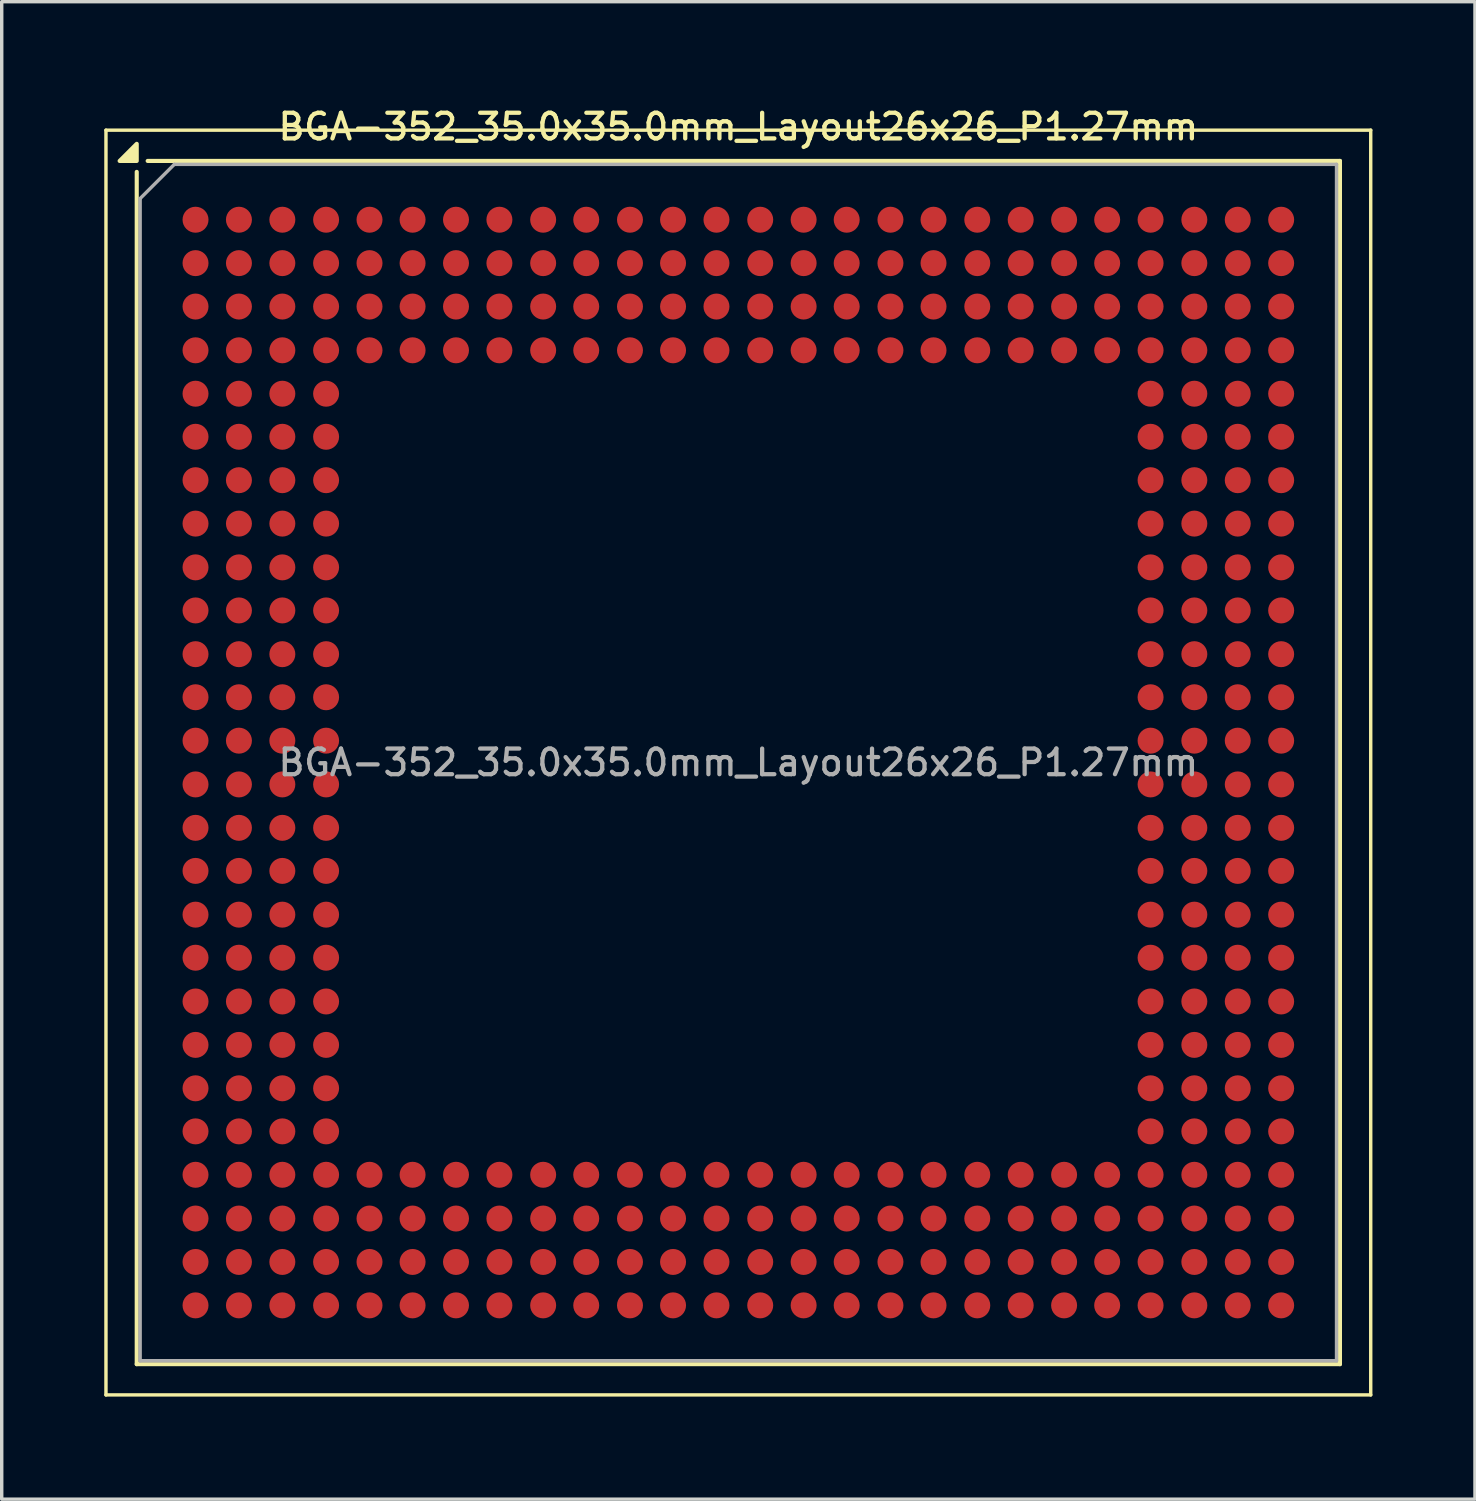
<source format=kicad_pcb>
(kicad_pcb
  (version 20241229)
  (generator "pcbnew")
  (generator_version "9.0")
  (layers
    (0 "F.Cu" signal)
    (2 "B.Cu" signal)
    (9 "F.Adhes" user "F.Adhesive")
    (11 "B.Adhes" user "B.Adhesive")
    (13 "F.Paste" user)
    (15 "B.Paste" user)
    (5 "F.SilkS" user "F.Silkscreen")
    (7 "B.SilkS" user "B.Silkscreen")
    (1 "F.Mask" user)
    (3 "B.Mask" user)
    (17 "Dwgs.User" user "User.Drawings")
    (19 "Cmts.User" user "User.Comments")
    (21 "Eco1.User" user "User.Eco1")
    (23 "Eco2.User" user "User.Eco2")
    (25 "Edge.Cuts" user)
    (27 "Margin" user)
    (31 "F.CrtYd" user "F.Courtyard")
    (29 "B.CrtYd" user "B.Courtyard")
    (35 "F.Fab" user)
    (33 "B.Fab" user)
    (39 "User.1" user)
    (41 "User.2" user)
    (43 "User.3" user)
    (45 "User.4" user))
  (footprint "BGA-352_35.0x35.0mm_Layout26x26_P1.27mm"
    (layer "F.Cu")
    (at 18.55 19.258)
    (property "Reference" "BGA-352_35.0x35.0mm_Layout26x26_P1.27mm" (at 0 -18.6 0) (layer "F.SilkS") (effects (font (size 0.75 0.75) (thickness 0.125))))
    (attr smd)
    (fp_line (start -18.5 -18.5) (end -18.5 18.5) (stroke (width 0.1) (type solid)) (layer "F.SilkS"))
    (fp_line (start -18.5 -18.5) (end 18.5 -18.5) (stroke (width 0.1) (type solid)) (layer "F.SilkS"))
    (fp_line (start -17.6 17.6) (end -17.6 -17.28) (stroke (width 0.12) (type solid)) (layer "F.SilkS"))
    (fp_line (start -17.28 -17.6) (end 17.6 -17.6) (stroke (width 0.12) (type solid)) (layer "F.SilkS"))
    (fp_line (start 17.6 -17.6) (end 17.6 17.6) (stroke (width 0.12) (type solid)) (layer "F.SilkS"))
    (fp_line (start 17.6 17.6) (end -17.6 17.6) (stroke (width 0.12) (type solid)) (layer "F.SilkS"))
    (fp_line (start 18.5 18.5) (end -18.5 18.5) (stroke (width 0.1) (type solid)) (layer "F.SilkS"))
    (fp_line (start 18.5 18.5) (end 18.5 -18.5) (stroke (width 0.1) (type solid)) (layer "F.SilkS"))
    (fp_poly (pts (xy -17.6 -17.6) (xy -18.1 -17.6) (xy -17.6 -18.1) (xy -17.6 -17.6)) (stroke (width 0.12) (type solid)) (fill yes) (layer "F.SilkS"))
    (fp_line (start -17.5 -16.5) (end -17.5 17.5) (stroke (width 0.1) (type solid)) (layer "F.Fab"))
    (fp_line (start -17.5 17.5) (end 17.5 17.5) (stroke (width 0.1) (type solid)) (layer "F.Fab"))
    (fp_line (start -16.5 -17.5) (end -17.5 -16.5) (stroke (width 0.1) (type solid)) (layer "F.Fab"))
    (fp_line (start 17.5 -17.5) (end -16.5 -17.5) (stroke (width 0.1) (type solid)) (layer "F.Fab"))
    (fp_line (start 17.5 17.5) (end 17.5 -17.5) (stroke (width 0.1) (type solid)) (layer "F.Fab"))
    (fp_text user "${REFERENCE}" (at 0 0 0) (layer "F.Fab") (effects (font (size 0.75 0.75) (thickness 0.125))))
    (pad "A1" smd circle (at -15.88 -15.88) (size 0.76 0.76) (property pad_prop_bga) (layers "F.Cu" "F.Mask" "F.Paste"))
    (pad "A2" smd circle (at -14.61 -15.88) (size 0.76 0.76) (property pad_prop_bga) (layers "F.Cu" "F.Mask" "F.Paste"))
    (pad "A3" smd circle (at -13.34 -15.88) (size 0.76 0.76) (property pad_prop_bga) (layers "F.Cu" "F.Mask" "F.Paste"))
    (pad "A4" smd circle (at -12.06 -15.88) (size 0.76 0.76) (property pad_prop_bga) (layers "F.Cu" "F.Mask" "F.Paste"))
    (pad "A5" smd circle (at -10.79 -15.88) (size 0.76 0.76) (property pad_prop_bga) (layers "F.Cu" "F.Mask" "F.Paste"))
    (pad "A6" smd circle (at -9.53 -15.88) (size 0.76 0.76) (property pad_prop_bga) (layers "F.Cu" "F.Mask" "F.Paste"))
    (pad "A7" smd circle (at -8.26 -15.88) (size 0.76 0.76) (property pad_prop_bga) (layers "F.Cu" "F.Mask" "F.Paste"))
    (pad "A8" smd circle (at -6.99 -15.88) (size 0.76 0.76) (property pad_prop_bga) (layers "F.Cu" "F.Mask" "F.Paste"))
    (pad "A9" smd circle (at -5.71 -15.88) (size 0.76 0.76) (property pad_prop_bga) (layers "F.Cu" "F.Mask" "F.Paste"))
    (pad "A10" smd circle (at -4.45 -15.88) (size 0.76 0.76) (property pad_prop_bga) (layers "F.Cu" "F.Mask" "F.Paste"))
    (pad "A11" smd circle (at -3.17 -15.88) (size 0.76 0.76) (property pad_prop_bga) (layers "F.Cu" "F.Mask" "F.Paste"))
    (pad "A12" smd circle (at -1.91 -15.88) (size 0.76 0.76) (property pad_prop_bga) (layers "F.Cu" "F.Mask" "F.Paste"))
    (pad "A13" smd circle (at -0.64 -15.88) (size 0.76 0.76) (property pad_prop_bga) (layers "F.Cu" "F.Mask" "F.Paste"))
    (pad "A14" smd circle (at 0.64 -15.88) (size 0.76 0.76) (property pad_prop_bga) (layers "F.Cu" "F.Mask" "F.Paste"))
    (pad "A15" smd circle (at 1.91 -15.88) (size 0.76 0.76) (property pad_prop_bga) (layers "F.Cu" "F.Mask" "F.Paste"))
    (pad "A16" smd circle (at 3.17 -15.88) (size 0.76 0.76) (property pad_prop_bga) (layers "F.Cu" "F.Mask" "F.Paste"))
    (pad "A17" smd circle (at 4.45 -15.88) (size 0.76 0.76) (property pad_prop_bga) (layers "F.Cu" "F.Mask" "F.Paste"))
    (pad "A18" smd circle (at 5.71 -15.88) (size 0.76 0.76) (property pad_prop_bga) (layers "F.Cu" "F.Mask" "F.Paste"))
    (pad "A19" smd circle (at 6.99 -15.88) (size 0.76 0.76) (property pad_prop_bga) (layers "F.Cu" "F.Mask" "F.Paste"))
    (pad "A20" smd circle (at 8.26 -15.88) (size 0.76 0.76) (property pad_prop_bga) (layers "F.Cu" "F.Mask" "F.Paste"))
    (pad "A21" smd circle (at 9.53 -15.88) (size 0.76 0.76) (property pad_prop_bga) (layers "F.Cu" "F.Mask" "F.Paste"))
    (pad "A22" smd circle (at 10.79 -15.88) (size 0.76 0.76) (property pad_prop_bga) (layers "F.Cu" "F.Mask" "F.Paste"))
    (pad "A23" smd circle (at 12.06 -15.88) (size 0.76 0.76) (property pad_prop_bga) (layers "F.Cu" "F.Mask" "F.Paste"))
    (pad "A24" smd circle (at 13.34 -15.88) (size 0.76 0.76) (property pad_prop_bga) (layers "F.Cu" "F.Mask" "F.Paste"))
    (pad "A25" smd circle (at 14.61 -15.88) (size 0.76 0.76) (property pad_prop_bga) (layers "F.Cu" "F.Mask" "F.Paste"))
    (pad "A26" smd circle (at 15.88 -15.88) (size 0.76 0.76) (property pad_prop_bga) (layers "F.Cu" "F.Mask" "F.Paste"))
    (pad "AA1" smd circle (at -15.88 9.53) (size 0.76 0.76) (property pad_prop_bga) (layers "F.Cu" "F.Mask" "F.Paste"))
    (pad "AA2" smd circle (at -14.61 9.53) (size 0.76 0.76) (property pad_prop_bga) (layers "F.Cu" "F.Mask" "F.Paste"))
    (pad "AA3" smd circle (at -13.34 9.53) (size 0.76 0.76) (property pad_prop_bga) (layers "F.Cu" "F.Mask" "F.Paste"))
    (pad "AA4" smd circle (at -12.06 9.53) (size 0.76 0.76) (property pad_prop_bga) (layers "F.Cu" "F.Mask" "F.Paste"))
    (pad "AA23" smd circle (at 12.06 9.53) (size 0.76 0.76) (property pad_prop_bga) (layers "F.Cu" "F.Mask" "F.Paste"))
    (pad "AA24" smd circle (at 13.34 9.53) (size 0.76 0.76) (property pad_prop_bga) (layers "F.Cu" "F.Mask" "F.Paste"))
    (pad "AA25" smd circle (at 14.61 9.53) (size 0.76 0.76) (property pad_prop_bga) (layers "F.Cu" "F.Mask" "F.Paste"))
    (pad "AA26" smd circle (at 15.88 9.53) (size 0.76 0.76) (property pad_prop_bga) (layers "F.Cu" "F.Mask" "F.Paste"))
    (pad "AB1" smd circle (at -15.88 10.79) (size 0.76 0.76) (property pad_prop_bga) (layers "F.Cu" "F.Mask" "F.Paste"))
    (pad "AB2" smd circle (at -14.61 10.79) (size 0.76 0.76) (property pad_prop_bga) (layers "F.Cu" "F.Mask" "F.Paste"))
    (pad "AB3" smd circle (at -13.34 10.79) (size 0.76 0.76) (property pad_prop_bga) (layers "F.Cu" "F.Mask" "F.Paste"))
    (pad "AB4" smd circle (at -12.06 10.79) (size 0.76 0.76) (property pad_prop_bga) (layers "F.Cu" "F.Mask" "F.Paste"))
    (pad "AB23" smd circle (at 12.06 10.79) (size 0.76 0.76) (property pad_prop_bga) (layers "F.Cu" "F.Mask" "F.Paste"))
    (pad "AB24" smd circle (at 13.34 10.79) (size 0.76 0.76) (property pad_prop_bga) (layers "F.Cu" "F.Mask" "F.Paste"))
    (pad "AB25" smd circle (at 14.61 10.79) (size 0.76 0.76) (property pad_prop_bga) (layers "F.Cu" "F.Mask" "F.Paste"))
    (pad "AB26" smd circle (at 15.88 10.79) (size 0.76 0.76) (property pad_prop_bga) (layers "F.Cu" "F.Mask" "F.Paste"))
    (pad "AC1" smd circle (at -15.88 12.06) (size 0.76 0.76) (property pad_prop_bga) (layers "F.Cu" "F.Mask" "F.Paste"))
    (pad "AC2" smd circle (at -14.61 12.06) (size 0.76 0.76) (property pad_prop_bga) (layers "F.Cu" "F.Mask" "F.Paste"))
    (pad "AC3" smd circle (at -13.34 12.06) (size 0.76 0.76) (property pad_prop_bga) (layers "F.Cu" "F.Mask" "F.Paste"))
    (pad "AC4" smd circle (at -12.06 12.06) (size 0.76 0.76) (property pad_prop_bga) (layers "F.Cu" "F.Mask" "F.Paste"))
    (pad "AC5" smd circle (at -10.79 12.06) (size 0.76 0.76) (property pad_prop_bga) (layers "F.Cu" "F.Mask" "F.Paste"))
    (pad "AC6" smd circle (at -9.53 12.06) (size 0.76 0.76) (property pad_prop_bga) (layers "F.Cu" "F.Mask" "F.Paste"))
    (pad "AC7" smd circle (at -8.26 12.06) (size 0.76 0.76) (property pad_prop_bga) (layers "F.Cu" "F.Mask" "F.Paste"))
    (pad "AC8" smd circle (at -6.99 12.06) (size 0.76 0.76) (property pad_prop_bga) (layers "F.Cu" "F.Mask" "F.Paste"))
    (pad "AC9" smd circle (at -5.71 12.06) (size 0.76 0.76) (property pad_prop_bga) (layers "F.Cu" "F.Mask" "F.Paste"))
    (pad "AC10" smd circle (at -4.45 12.06) (size 0.76 0.76) (property pad_prop_bga) (layers "F.Cu" "F.Mask" "F.Paste"))
    (pad "AC11" smd circle (at -3.17 12.06) (size 0.76 0.76) (property pad_prop_bga) (layers "F.Cu" "F.Mask" "F.Paste"))
    (pad "AC12" smd circle (at -1.91 12.06) (size 0.76 0.76) (property pad_prop_bga) (layers "F.Cu" "F.Mask" "F.Paste"))
    (pad "AC13" smd circle (at -0.64 12.06) (size 0.76 0.76) (property pad_prop_bga) (layers "F.Cu" "F.Mask" "F.Paste"))
    (pad "AC14" smd circle (at 0.64 12.06) (size 0.76 0.76) (property pad_prop_bga) (layers "F.Cu" "F.Mask" "F.Paste"))
    (pad "AC15" smd circle (at 1.91 12.06) (size 0.76 0.76) (property pad_prop_bga) (layers "F.Cu" "F.Mask" "F.Paste"))
    (pad "AC16" smd circle (at 3.17 12.06) (size 0.76 0.76) (property pad_prop_bga) (layers "F.Cu" "F.Mask" "F.Paste"))
    (pad "AC17" smd circle (at 4.45 12.06) (size 0.76 0.76) (property pad_prop_bga) (layers "F.Cu" "F.Mask" "F.Paste"))
    (pad "AC18" smd circle (at 5.71 12.06) (size 0.76 0.76) (property pad_prop_bga) (layers "F.Cu" "F.Mask" "F.Paste"))
    (pad "AC19" smd circle (at 6.99 12.06) (size 0.76 0.76) (property pad_prop_bga) (layers "F.Cu" "F.Mask" "F.Paste"))
    (pad "AC20" smd circle (at 8.26 12.06) (size 0.76 0.76) (property pad_prop_bga) (layers "F.Cu" "F.Mask" "F.Paste"))
    (pad "AC21" smd circle (at 9.53 12.06) (size 0.76 0.76) (property pad_prop_bga) (layers "F.Cu" "F.Mask" "F.Paste"))
    (pad "AC22" smd circle (at 10.79 12.06) (size 0.76 0.76) (property pad_prop_bga) (layers "F.Cu" "F.Mask" "F.Paste"))
    (pad "AC23" smd circle (at 12.06 12.06) (size 0.76 0.76) (property pad_prop_bga) (layers "F.Cu" "F.Mask" "F.Paste"))
    (pad "AC24" smd circle (at 13.34 12.06) (size 0.76 0.76) (property pad_prop_bga) (layers "F.Cu" "F.Mask" "F.Paste"))
    (pad "AC25" smd circle (at 14.61 12.06) (size 0.76 0.76) (property pad_prop_bga) (layers "F.Cu" "F.Mask" "F.Paste"))
    (pad "AC26" smd circle (at 15.88 12.06) (size 0.76 0.76) (property pad_prop_bga) (layers "F.Cu" "F.Mask" "F.Paste"))
    (pad "AD1" smd circle (at -15.88 13.34) (size 0.76 0.76) (property pad_prop_bga) (layers "F.Cu" "F.Mask" "F.Paste"))
    (pad "AD2" smd circle (at -14.61 13.34) (size 0.76 0.76) (property pad_prop_bga) (layers "F.Cu" "F.Mask" "F.Paste"))
    (pad "AD3" smd circle (at -13.34 13.34) (size 0.76 0.76) (property pad_prop_bga) (layers "F.Cu" "F.Mask" "F.Paste"))
    (pad "AD4" smd circle (at -12.06 13.34) (size 0.76 0.76) (property pad_prop_bga) (layers "F.Cu" "F.Mask" "F.Paste"))
    (pad "AD5" smd circle (at -10.79 13.34) (size 0.76 0.76) (property pad_prop_bga) (layers "F.Cu" "F.Mask" "F.Paste"))
    (pad "AD6" smd circle (at -9.53 13.34) (size 0.76 0.76) (property pad_prop_bga) (layers "F.Cu" "F.Mask" "F.Paste"))
    (pad "AD7" smd circle (at -8.26 13.34) (size 0.76 0.76) (property pad_prop_bga) (layers "F.Cu" "F.Mask" "F.Paste"))
    (pad "AD8" smd circle (at -6.99 13.34) (size 0.76 0.76) (property pad_prop_bga) (layers "F.Cu" "F.Mask" "F.Paste"))
    (pad "AD9" smd circle (at -5.71 13.34) (size 0.76 0.76) (property pad_prop_bga) (layers "F.Cu" "F.Mask" "F.Paste"))
    (pad "AD10" smd circle (at -4.45 13.34) (size 0.76 0.76) (property pad_prop_bga) (layers "F.Cu" "F.Mask" "F.Paste"))
    (pad "AD11" smd circle (at -3.17 13.34) (size 0.76 0.76) (property pad_prop_bga) (layers "F.Cu" "F.Mask" "F.Paste"))
    (pad "AD12" smd circle (at -1.91 13.34) (size 0.76 0.76) (property pad_prop_bga) (layers "F.Cu" "F.Mask" "F.Paste"))
    (pad "AD13" smd circle (at -0.64 13.34) (size 0.76 0.76) (property pad_prop_bga) (layers "F.Cu" "F.Mask" "F.Paste"))
    (pad "AD14" smd circle (at 0.64 13.34) (size 0.76 0.76) (property pad_prop_bga) (layers "F.Cu" "F.Mask" "F.Paste"))
    (pad "AD15" smd circle (at 1.91 13.34) (size 0.76 0.76) (property pad_prop_bga) (layers "F.Cu" "F.Mask" "F.Paste"))
    (pad "AD16" smd circle (at 3.17 13.34) (size 0.76 0.76) (property pad_prop_bga) (layers "F.Cu" "F.Mask" "F.Paste"))
    (pad "AD17" smd circle (at 4.45 13.34) (size 0.76 0.76) (property pad_prop_bga) (layers "F.Cu" "F.Mask" "F.Paste"))
    (pad "AD18" smd circle (at 5.71 13.34) (size 0.76 0.76) (property pad_prop_bga) (layers "F.Cu" "F.Mask" "F.Paste"))
    (pad "AD19" smd circle (at 6.99 13.34) (size 0.76 0.76) (property pad_prop_bga) (layers "F.Cu" "F.Mask" "F.Paste"))
    (pad "AD20" smd circle (at 8.26 13.34) (size 0.76 0.76) (property pad_prop_bga) (layers "F.Cu" "F.Mask" "F.Paste"))
    (pad "AD21" smd circle (at 9.53 13.34) (size 0.76 0.76) (property pad_prop_bga) (layers "F.Cu" "F.Mask" "F.Paste"))
    (pad "AD22" smd circle (at 10.79 13.34) (size 0.76 0.76) (property pad_prop_bga) (layers "F.Cu" "F.Mask" "F.Paste"))
    (pad "AD23" smd circle (at 12.06 13.34) (size 0.76 0.76) (property pad_prop_bga) (layers "F.Cu" "F.Mask" "F.Paste"))
    (pad "AD24" smd circle (at 13.34 13.34) (size 0.76 0.76) (property pad_prop_bga) (layers "F.Cu" "F.Mask" "F.Paste"))
    (pad "AD25" smd circle (at 14.61 13.34) (size 0.76 0.76) (property pad_prop_bga) (layers "F.Cu" "F.Mask" "F.Paste"))
    (pad "AD26" smd circle (at 15.88 13.34) (size 0.76 0.76) (property pad_prop_bga) (layers "F.Cu" "F.Mask" "F.Paste"))
    (pad "AE1" smd circle (at -15.88 14.61) (size 0.76 0.76) (property pad_prop_bga) (layers "F.Cu" "F.Mask" "F.Paste"))
    (pad "AE2" smd circle (at -14.61 14.61) (size 0.76 0.76) (property pad_prop_bga) (layers "F.Cu" "F.Mask" "F.Paste"))
    (pad "AE3" smd circle (at -13.34 14.61) (size 0.76 0.76) (property pad_prop_bga) (layers "F.Cu" "F.Mask" "F.Paste"))
    (pad "AE4" smd circle (at -12.06 14.61) (size 0.76 0.76) (property pad_prop_bga) (layers "F.Cu" "F.Mask" "F.Paste"))
    (pad "AE5" smd circle (at -10.79 14.61) (size 0.76 0.76) (property pad_prop_bga) (layers "F.Cu" "F.Mask" "F.Paste"))
    (pad "AE6" smd circle (at -9.53 14.61) (size 0.76 0.76) (property pad_prop_bga) (layers "F.Cu" "F.Mask" "F.Paste"))
    (pad "AE7" smd circle (at -8.26 14.61) (size 0.76 0.76) (property pad_prop_bga) (layers "F.Cu" "F.Mask" "F.Paste"))
    (pad "AE8" smd circle (at -6.99 14.61) (size 0.76 0.76) (property pad_prop_bga) (layers "F.Cu" "F.Mask" "F.Paste"))
    (pad "AE9" smd circle (at -5.71 14.61) (size 0.76 0.76) (property pad_prop_bga) (layers "F.Cu" "F.Mask" "F.Paste"))
    (pad "AE10" smd circle (at -4.45 14.61) (size 0.76 0.76) (property pad_prop_bga) (layers "F.Cu" "F.Mask" "F.Paste"))
    (pad "AE11" smd circle (at -3.17 14.61) (size 0.76 0.76) (property pad_prop_bga) (layers "F.Cu" "F.Mask" "F.Paste"))
    (pad "AE12" smd circle (at -1.91 14.61) (size 0.76 0.76) (property pad_prop_bga) (layers "F.Cu" "F.Mask" "F.Paste"))
    (pad "AE13" smd circle (at -0.64 14.61) (size 0.76 0.76) (property pad_prop_bga) (layers "F.Cu" "F.Mask" "F.Paste"))
    (pad "AE14" smd circle (at 0.64 14.61) (size 0.76 0.76) (property pad_prop_bga) (layers "F.Cu" "F.Mask" "F.Paste"))
    (pad "AE15" smd circle (at 1.91 14.61) (size 0.76 0.76) (property pad_prop_bga) (layers "F.Cu" "F.Mask" "F.Paste"))
    (pad "AE16" smd circle (at 3.17 14.61) (size 0.76 0.76) (property pad_prop_bga) (layers "F.Cu" "F.Mask" "F.Paste"))
    (pad "AE17" smd circle (at 4.45 14.61) (size 0.76 0.76) (property pad_prop_bga) (layers "F.Cu" "F.Mask" "F.Paste"))
    (pad "AE18" smd circle (at 5.71 14.61) (size 0.76 0.76) (property pad_prop_bga) (layers "F.Cu" "F.Mask" "F.Paste"))
    (pad "AE19" smd circle (at 6.99 14.61) (size 0.76 0.76) (property pad_prop_bga) (layers "F.Cu" "F.Mask" "F.Paste"))
    (pad "AE20" smd circle (at 8.26 14.61) (size 0.76 0.76) (property pad_prop_bga) (layers "F.Cu" "F.Mask" "F.Paste"))
    (pad "AE21" smd circle (at 9.53 14.61) (size 0.76 0.76) (property pad_prop_bga) (layers "F.Cu" "F.Mask" "F.Paste"))
    (pad "AE22" smd circle (at 10.79 14.61) (size 0.76 0.76) (property pad_prop_bga) (layers "F.Cu" "F.Mask" "F.Paste"))
    (pad "AE23" smd circle (at 12.06 14.61) (size 0.76 0.76) (property pad_prop_bga) (layers "F.Cu" "F.Mask" "F.Paste"))
    (pad "AE24" smd circle (at 13.34 14.61) (size 0.76 0.76) (property pad_prop_bga) (layers "F.Cu" "F.Mask" "F.Paste"))
    (pad "AE25" smd circle (at 14.61 14.61) (size 0.76 0.76) (property pad_prop_bga) (layers "F.Cu" "F.Mask" "F.Paste"))
    (pad "AE26" smd circle (at 15.88 14.61) (size 0.76 0.76) (property pad_prop_bga) (layers "F.Cu" "F.Mask" "F.Paste"))
    (pad "AF1" smd circle (at -15.88 15.88) (size 0.76 0.76) (property pad_prop_bga) (layers "F.Cu" "F.Mask" "F.Paste"))
    (pad "AF2" smd circle (at -14.61 15.88) (size 0.76 0.76) (property pad_prop_bga) (layers "F.Cu" "F.Mask" "F.Paste"))
    (pad "AF3" smd circle (at -13.34 15.88) (size 0.76 0.76) (property pad_prop_bga) (layers "F.Cu" "F.Mask" "F.Paste"))
    (pad "AF4" smd circle (at -12.06 15.88) (size 0.76 0.76) (property pad_prop_bga) (layers "F.Cu" "F.Mask" "F.Paste"))
    (pad "AF5" smd circle (at -10.79 15.88) (size 0.76 0.76) (property pad_prop_bga) (layers "F.Cu" "F.Mask" "F.Paste"))
    (pad "AF6" smd circle (at -9.53 15.88) (size 0.76 0.76) (property pad_prop_bga) (layers "F.Cu" "F.Mask" "F.Paste"))
    (pad "AF7" smd circle (at -8.26 15.88) (size 0.76 0.76) (property pad_prop_bga) (layers "F.Cu" "F.Mask" "F.Paste"))
    (pad "AF8" smd circle (at -6.99 15.88) (size 0.76 0.76) (property pad_prop_bga) (layers "F.Cu" "F.Mask" "F.Paste"))
    (pad "AF9" smd circle (at -5.71 15.88) (size 0.76 0.76) (property pad_prop_bga) (layers "F.Cu" "F.Mask" "F.Paste"))
    (pad "AF10" smd circle (at -4.45 15.88) (size 0.76 0.76) (property pad_prop_bga) (layers "F.Cu" "F.Mask" "F.Paste"))
    (pad "AF11" smd circle (at -3.17 15.88) (size 0.76 0.76) (property pad_prop_bga) (layers "F.Cu" "F.Mask" "F.Paste"))
    (pad "AF12" smd circle (at -1.91 15.88) (size 0.76 0.76) (property pad_prop_bga) (layers "F.Cu" "F.Mask" "F.Paste"))
    (pad "AF13" smd circle (at -0.64 15.88) (size 0.76 0.76) (property pad_prop_bga) (layers "F.Cu" "F.Mask" "F.Paste"))
    (pad "AF14" smd circle (at 0.64 15.88) (size 0.76 0.76) (property pad_prop_bga) (layers "F.Cu" "F.Mask" "F.Paste"))
    (pad "AF15" smd circle (at 1.91 15.88) (size 0.76 0.76) (property pad_prop_bga) (layers "F.Cu" "F.Mask" "F.Paste"))
    (pad "AF16" smd circle (at 3.17 15.88) (size 0.76 0.76) (property pad_prop_bga) (layers "F.Cu" "F.Mask" "F.Paste"))
    (pad "AF17" smd circle (at 4.45 15.88) (size 0.76 0.76) (property pad_prop_bga) (layers "F.Cu" "F.Mask" "F.Paste"))
    (pad "AF18" smd circle (at 5.71 15.88) (size 0.76 0.76) (property pad_prop_bga) (layers "F.Cu" "F.Mask" "F.Paste"))
    (pad "AF19" smd circle (at 6.99 15.88) (size 0.76 0.76) (property pad_prop_bga) (layers "F.Cu" "F.Mask" "F.Paste"))
    (pad "AF20" smd circle (at 8.26 15.88) (size 0.76 0.76) (property pad_prop_bga) (layers "F.Cu" "F.Mask" "F.Paste"))
    (pad "AF21" smd circle (at 9.53 15.88) (size 0.76 0.76) (property pad_prop_bga) (layers "F.Cu" "F.Mask" "F.Paste"))
    (pad "AF22" smd circle (at 10.79 15.88) (size 0.76 0.76) (property pad_prop_bga) (layers "F.Cu" "F.Mask" "F.Paste"))
    (pad "AF23" smd circle (at 12.06 15.88) (size 0.76 0.76) (property pad_prop_bga) (layers "F.Cu" "F.Mask" "F.Paste"))
    (pad "AF24" smd circle (at 13.34 15.88) (size 0.76 0.76) (property pad_prop_bga) (layers "F.Cu" "F.Mask" "F.Paste"))
    (pad "AF25" smd circle (at 14.61 15.88) (size 0.76 0.76) (property pad_prop_bga) (layers "F.Cu" "F.Mask" "F.Paste"))
    (pad "AF26" smd circle (at 15.88 15.88) (size 0.76 0.76) (property pad_prop_bga) (layers "F.Cu" "F.Mask" "F.Paste"))
    (pad "B1" smd circle (at -15.88 -14.61) (size 0.76 0.76) (property pad_prop_bga) (layers "F.Cu" "F.Mask" "F.Paste"))
    (pad "B2" smd circle (at -14.61 -14.61) (size 0.76 0.76) (property pad_prop_bga) (layers "F.Cu" "F.Mask" "F.Paste"))
    (pad "B3" smd circle (at -13.34 -14.61) (size 0.76 0.76) (property pad_prop_bga) (layers "F.Cu" "F.Mask" "F.Paste"))
    (pad "B4" smd circle (at -12.06 -14.61) (size 0.76 0.76) (property pad_prop_bga) (layers "F.Cu" "F.Mask" "F.Paste"))
    (pad "B5" smd circle (at -10.79 -14.61) (size 0.76 0.76) (property pad_prop_bga) (layers "F.Cu" "F.Mask" "F.Paste"))
    (pad "B6" smd circle (at -9.53 -14.61) (size 0.76 0.76) (property pad_prop_bga) (layers "F.Cu" "F.Mask" "F.Paste"))
    (pad "B7" smd circle (at -8.26 -14.61) (size 0.76 0.76) (property pad_prop_bga) (layers "F.Cu" "F.Mask" "F.Paste"))
    (pad "B8" smd circle (at -6.99 -14.61) (size 0.76 0.76) (property pad_prop_bga) (layers "F.Cu" "F.Mask" "F.Paste"))
    (pad "B9" smd circle (at -5.71 -14.61) (size 0.76 0.76) (property pad_prop_bga) (layers "F.Cu" "F.Mask" "F.Paste"))
    (pad "B10" smd circle (at -4.45 -14.61) (size 0.76 0.76) (property pad_prop_bga) (layers "F.Cu" "F.Mask" "F.Paste"))
    (pad "B11" smd circle (at -3.17 -14.61) (size 0.76 0.76) (property pad_prop_bga) (layers "F.Cu" "F.Mask" "F.Paste"))
    (pad "B12" smd circle (at -1.91 -14.61) (size 0.76 0.76) (property pad_prop_bga) (layers "F.Cu" "F.Mask" "F.Paste"))
    (pad "B13" smd circle (at -0.64 -14.61) (size 0.76 0.76) (property pad_prop_bga) (layers "F.Cu" "F.Mask" "F.Paste"))
    (pad "B14" smd circle (at 0.64 -14.61) (size 0.76 0.76) (property pad_prop_bga) (layers "F.Cu" "F.Mask" "F.Paste"))
    (pad "B15" smd circle (at 1.91 -14.61) (size 0.76 0.76) (property pad_prop_bga) (layers "F.Cu" "F.Mask" "F.Paste"))
    (pad "B16" smd circle (at 3.17 -14.61) (size 0.76 0.76) (property pad_prop_bga) (layers "F.Cu" "F.Mask" "F.Paste"))
    (pad "B17" smd circle (at 4.45 -14.61) (size 0.76 0.76) (property pad_prop_bga) (layers "F.Cu" "F.Mask" "F.Paste"))
    (pad "B18" smd circle (at 5.71 -14.61) (size 0.76 0.76) (property pad_prop_bga) (layers "F.Cu" "F.Mask" "F.Paste"))
    (pad "B19" smd circle (at 6.99 -14.61) (size 0.76 0.76) (property pad_prop_bga) (layers "F.Cu" "F.Mask" "F.Paste"))
    (pad "B20" smd circle (at 8.26 -14.61) (size 0.76 0.76) (property pad_prop_bga) (layers "F.Cu" "F.Mask" "F.Paste"))
    (pad "B21" smd circle (at 9.53 -14.61) (size 0.76 0.76) (property pad_prop_bga) (layers "F.Cu" "F.Mask" "F.Paste"))
    (pad "B22" smd circle (at 10.79 -14.61) (size 0.76 0.76) (property pad_prop_bga) (layers "F.Cu" "F.Mask" "F.Paste"))
    (pad "B23" smd circle (at 12.06 -14.61) (size 0.76 0.76) (property pad_prop_bga) (layers "F.Cu" "F.Mask" "F.Paste"))
    (pad "B24" smd circle (at 13.34 -14.61) (size 0.76 0.76) (property pad_prop_bga) (layers "F.Cu" "F.Mask" "F.Paste"))
    (pad "B25" smd circle (at 14.61 -14.61) (size 0.76 0.76) (property pad_prop_bga) (layers "F.Cu" "F.Mask" "F.Paste"))
    (pad "B26" smd circle (at 15.88 -14.61) (size 0.76 0.76) (property pad_prop_bga) (layers "F.Cu" "F.Mask" "F.Paste"))
    (pad "C1" smd circle (at -15.88 -13.34) (size 0.76 0.76) (property pad_prop_bga) (layers "F.Cu" "F.Mask" "F.Paste"))
    (pad "C2" smd circle (at -14.61 -13.34) (size 0.76 0.76) (property pad_prop_bga) (layers "F.Cu" "F.Mask" "F.Paste"))
    (pad "C3" smd circle (at -13.34 -13.34) (size 0.76 0.76) (property pad_prop_bga) (layers "F.Cu" "F.Mask" "F.Paste"))
    (pad "C4" smd circle (at -12.06 -13.34) (size 0.76 0.76) (property pad_prop_bga) (layers "F.Cu" "F.Mask" "F.Paste"))
    (pad "C5" smd circle (at -10.79 -13.34) (size 0.76 0.76) (property pad_prop_bga) (layers "F.Cu" "F.Mask" "F.Paste"))
    (pad "C6" smd circle (at -9.53 -13.34) (size 0.76 0.76) (property pad_prop_bga) (layers "F.Cu" "F.Mask" "F.Paste"))
    (pad "C7" smd circle (at -8.26 -13.34) (size 0.76 0.76) (property pad_prop_bga) (layers "F.Cu" "F.Mask" "F.Paste"))
    (pad "C8" smd circle (at -6.99 -13.34) (size 0.76 0.76) (property pad_prop_bga) (layers "F.Cu" "F.Mask" "F.Paste"))
    (pad "C9" smd circle (at -5.71 -13.34) (size 0.76 0.76) (property pad_prop_bga) (layers "F.Cu" "F.Mask" "F.Paste"))
    (pad "C10" smd circle (at -4.45 -13.34) (size 0.76 0.76) (property pad_prop_bga) (layers "F.Cu" "F.Mask" "F.Paste"))
    (pad "C11" smd circle (at -3.17 -13.34) (size 0.76 0.76) (property pad_prop_bga) (layers "F.Cu" "F.Mask" "F.Paste"))
    (pad "C12" smd circle (at -1.91 -13.34) (size 0.76 0.76) (property pad_prop_bga) (layers "F.Cu" "F.Mask" "F.Paste"))
    (pad "C13" smd circle (at -0.64 -13.34) (size 0.76 0.76) (property pad_prop_bga) (layers "F.Cu" "F.Mask" "F.Paste"))
    (pad "C14" smd circle (at 0.64 -13.34) (size 0.76 0.76) (property pad_prop_bga) (layers "F.Cu" "F.Mask" "F.Paste"))
    (pad "C15" smd circle (at 1.91 -13.34) (size 0.76 0.76) (property pad_prop_bga) (layers "F.Cu" "F.Mask" "F.Paste"))
    (pad "C16" smd circle (at 3.17 -13.34) (size 0.76 0.76) (property pad_prop_bga) (layers "F.Cu" "F.Mask" "F.Paste"))
    (pad "C17" smd circle (at 4.45 -13.34) (size 0.76 0.76) (property pad_prop_bga) (layers "F.Cu" "F.Mask" "F.Paste"))
    (pad "C18" smd circle (at 5.71 -13.34) (size 0.76 0.76) (property pad_prop_bga) (layers "F.Cu" "F.Mask" "F.Paste"))
    (pad "C19" smd circle (at 6.99 -13.34) (size 0.76 0.76) (property pad_prop_bga) (layers "F.Cu" "F.Mask" "F.Paste"))
    (pad "C20" smd circle (at 8.26 -13.34) (size 0.76 0.76) (property pad_prop_bga) (layers "F.Cu" "F.Mask" "F.Paste"))
    (pad "C21" smd circle (at 9.53 -13.34) (size 0.76 0.76) (property pad_prop_bga) (layers "F.Cu" "F.Mask" "F.Paste"))
    (pad "C22" smd circle (at 10.79 -13.34) (size 0.76 0.76) (property pad_prop_bga) (layers "F.Cu" "F.Mask" "F.Paste"))
    (pad "C23" smd circle (at 12.06 -13.34) (size 0.76 0.76) (property pad_prop_bga) (layers "F.Cu" "F.Mask" "F.Paste"))
    (pad "C24" smd circle (at 13.34 -13.34) (size 0.76 0.76) (property pad_prop_bga) (layers "F.Cu" "F.Mask" "F.Paste"))
    (pad "C25" smd circle (at 14.61 -13.34) (size 0.76 0.76) (property pad_prop_bga) (layers "F.Cu" "F.Mask" "F.Paste"))
    (pad "C26" smd circle (at 15.88 -13.34) (size 0.76 0.76) (property pad_prop_bga) (layers "F.Cu" "F.Mask" "F.Paste"))
    (pad "D1" smd circle (at -15.88 -12.06) (size 0.76 0.76) (property pad_prop_bga) (layers "F.Cu" "F.Mask" "F.Paste"))
    (pad "D2" smd circle (at -14.61 -12.06) (size 0.76 0.76) (property pad_prop_bga) (layers "F.Cu" "F.Mask" "F.Paste"))
    (pad "D3" smd circle (at -13.34 -12.06) (size 0.76 0.76) (property pad_prop_bga) (layers "F.Cu" "F.Mask" "F.Paste"))
    (pad "D4" smd circle (at -12.06 -12.06) (size 0.76 0.76) (property pad_prop_bga) (layers "F.Cu" "F.Mask" "F.Paste"))
    (pad "D5" smd circle (at -10.79 -12.06) (size 0.76 0.76) (property pad_prop_bga) (layers "F.Cu" "F.Mask" "F.Paste"))
    (pad "D6" smd circle (at -9.53 -12.06) (size 0.76 0.76) (property pad_prop_bga) (layers "F.Cu" "F.Mask" "F.Paste"))
    (pad "D7" smd circle (at -8.26 -12.06) (size 0.76 0.76) (property pad_prop_bga) (layers "F.Cu" "F.Mask" "F.Paste"))
    (pad "D8" smd circle (at -6.99 -12.06) (size 0.76 0.76) (property pad_prop_bga) (layers "F.Cu" "F.Mask" "F.Paste"))
    (pad "D9" smd circle (at -5.71 -12.06) (size 0.76 0.76) (property pad_prop_bga) (layers "F.Cu" "F.Mask" "F.Paste"))
    (pad "D10" smd circle (at -4.45 -12.06) (size 0.76 0.76) (property pad_prop_bga) (layers "F.Cu" "F.Mask" "F.Paste"))
    (pad "D11" smd circle (at -3.17 -12.06) (size 0.76 0.76) (property pad_prop_bga) (layers "F.Cu" "F.Mask" "F.Paste"))
    (pad "D12" smd circle (at -1.91 -12.06) (size 0.76 0.76) (property pad_prop_bga) (layers "F.Cu" "F.Mask" "F.Paste"))
    (pad "D13" smd circle (at -0.64 -12.06) (size 0.76 0.76) (property pad_prop_bga) (layers "F.Cu" "F.Mask" "F.Paste"))
    (pad "D14" smd circle (at 0.64 -12.06) (size 0.76 0.76) (property pad_prop_bga) (layers "F.Cu" "F.Mask" "F.Paste"))
    (pad "D15" smd circle (at 1.91 -12.06) (size 0.76 0.76) (property pad_prop_bga) (layers "F.Cu" "F.Mask" "F.Paste"))
    (pad "D16" smd circle (at 3.17 -12.06) (size 0.76 0.76) (property pad_prop_bga) (layers "F.Cu" "F.Mask" "F.Paste"))
    (pad "D17" smd circle (at 4.45 -12.06) (size 0.76 0.76) (property pad_prop_bga) (layers "F.Cu" "F.Mask" "F.Paste"))
    (pad "D18" smd circle (at 5.71 -12.06) (size 0.76 0.76) (property pad_prop_bga) (layers "F.Cu" "F.Mask" "F.Paste"))
    (pad "D19" smd circle (at 6.99 -12.06) (size 0.76 0.76) (property pad_prop_bga) (layers "F.Cu" "F.Mask" "F.Paste"))
    (pad "D20" smd circle (at 8.26 -12.06) (size 0.76 0.76) (property pad_prop_bga) (layers "F.Cu" "F.Mask" "F.Paste"))
    (pad "D21" smd circle (at 9.53 -12.06) (size 0.76 0.76) (property pad_prop_bga) (layers "F.Cu" "F.Mask" "F.Paste"))
    (pad "D22" smd circle (at 10.79 -12.06) (size 0.76 0.76) (property pad_prop_bga) (layers "F.Cu" "F.Mask" "F.Paste"))
    (pad "D23" smd circle (at 12.06 -12.06) (size 0.76 0.76) (property pad_prop_bga) (layers "F.Cu" "F.Mask" "F.Paste"))
    (pad "D24" smd circle (at 13.34 -12.06) (size 0.76 0.76) (property pad_prop_bga) (layers "F.Cu" "F.Mask" "F.Paste"))
    (pad "D25" smd circle (at 14.61 -12.06) (size 0.76 0.76) (property pad_prop_bga) (layers "F.Cu" "F.Mask" "F.Paste"))
    (pad "D26" smd circle (at 15.88 -12.06) (size 0.76 0.76) (property pad_prop_bga) (layers "F.Cu" "F.Mask" "F.Paste"))
    (pad "E1" smd circle (at -15.88 -10.79) (size 0.76 0.76) (property pad_prop_bga) (layers "F.Cu" "F.Mask" "F.Paste"))
    (pad "E2" smd circle (at -14.61 -10.79) (size 0.76 0.76) (property pad_prop_bga) (layers "F.Cu" "F.Mask" "F.Paste"))
    (pad "E3" smd circle (at -13.34 -10.79) (size 0.76 0.76) (property pad_prop_bga) (layers "F.Cu" "F.Mask" "F.Paste"))
    (pad "E4" smd circle (at -12.06 -10.79) (size 0.76 0.76) (property pad_prop_bga) (layers "F.Cu" "F.Mask" "F.Paste"))
    (pad "E23" smd circle (at 12.06 -10.79) (size 0.76 0.76) (property pad_prop_bga) (layers "F.Cu" "F.Mask" "F.Paste"))
    (pad "E24" smd circle (at 13.34 -10.79) (size 0.76 0.76) (property pad_prop_bga) (layers "F.Cu" "F.Mask" "F.Paste"))
    (pad "E25" smd circle (at 14.61 -10.79) (size 0.76 0.76) (property pad_prop_bga) (layers "F.Cu" "F.Mask" "F.Paste"))
    (pad "E26" smd circle (at 15.88 -10.79) (size 0.76 0.76) (property pad_prop_bga) (layers "F.Cu" "F.Mask" "F.Paste"))
    (pad "F1" smd circle (at -15.88 -9.53) (size 0.76 0.76) (property pad_prop_bga) (layers "F.Cu" "F.Mask" "F.Paste"))
    (pad "F2" smd circle (at -14.61 -9.53) (size 0.76 0.76) (property pad_prop_bga) (layers "F.Cu" "F.Mask" "F.Paste"))
    (pad "F3" smd circle (at -13.34 -9.53) (size 0.76 0.76) (property pad_prop_bga) (layers "F.Cu" "F.Mask" "F.Paste"))
    (pad "F4" smd circle (at -12.06 -9.53) (size 0.76 0.76) (property pad_prop_bga) (layers "F.Cu" "F.Mask" "F.Paste"))
    (pad "F23" smd circle (at 12.06 -9.53) (size 0.76 0.76) (property pad_prop_bga) (layers "F.Cu" "F.Mask" "F.Paste"))
    (pad "F24" smd circle (at 13.34 -9.53) (size 0.76 0.76) (property pad_prop_bga) (layers "F.Cu" "F.Mask" "F.Paste"))
    (pad "F25" smd circle (at 14.61 -9.53) (size 0.76 0.76) (property pad_prop_bga) (layers "F.Cu" "F.Mask" "F.Paste"))
    (pad "F26" smd circle (at 15.88 -9.53) (size 0.76 0.76) (property pad_prop_bga) (layers "F.Cu" "F.Mask" "F.Paste"))
    (pad "G1" smd circle (at -15.88 -8.26) (size 0.76 0.76) (property pad_prop_bga) (layers "F.Cu" "F.Mask" "F.Paste"))
    (pad "G2" smd circle (at -14.61 -8.26) (size 0.76 0.76) (property pad_prop_bga) (layers "F.Cu" "F.Mask" "F.Paste"))
    (pad "G3" smd circle (at -13.34 -8.26) (size 0.76 0.76) (property pad_prop_bga) (layers "F.Cu" "F.Mask" "F.Paste"))
    (pad "G4" smd circle (at -12.06 -8.26) (size 0.76 0.76) (property pad_prop_bga) (layers "F.Cu" "F.Mask" "F.Paste"))
    (pad "G23" smd circle (at 12.06 -8.26) (size 0.76 0.76) (property pad_prop_bga) (layers "F.Cu" "F.Mask" "F.Paste"))
    (pad "G24" smd circle (at 13.34 -8.26) (size 0.76 0.76) (property pad_prop_bga) (layers "F.Cu" "F.Mask" "F.Paste"))
    (pad "G25" smd circle (at 14.61 -8.26) (size 0.76 0.76) (property pad_prop_bga) (layers "F.Cu" "F.Mask" "F.Paste"))
    (pad "G26" smd circle (at 15.88 -8.26) (size 0.76 0.76) (property pad_prop_bga) (layers "F.Cu" "F.Mask" "F.Paste"))
    (pad "H1" smd circle (at -15.88 -6.99) (size 0.76 0.76) (property pad_prop_bga) (layers "F.Cu" "F.Mask" "F.Paste"))
    (pad "H2" smd circle (at -14.61 -6.99) (size 0.76 0.76) (property pad_prop_bga) (layers "F.Cu" "F.Mask" "F.Paste"))
    (pad "H3" smd circle (at -13.34 -6.99) (size 0.76 0.76) (property pad_prop_bga) (layers "F.Cu" "F.Mask" "F.Paste"))
    (pad "H4" smd circle (at -12.06 -6.99) (size 0.76 0.76) (property pad_prop_bga) (layers "F.Cu" "F.Mask" "F.Paste"))
    (pad "H23" smd circle (at 12.06 -6.99) (size 0.76 0.76) (property pad_prop_bga) (layers "F.Cu" "F.Mask" "F.Paste"))
    (pad "H24" smd circle (at 13.34 -6.99) (size 0.76 0.76) (property pad_prop_bga) (layers "F.Cu" "F.Mask" "F.Paste"))
    (pad "H25" smd circle (at 14.61 -6.99) (size 0.76 0.76) (property pad_prop_bga) (layers "F.Cu" "F.Mask" "F.Paste"))
    (pad "H26" smd circle (at 15.88 -6.99) (size 0.76 0.76) (property pad_prop_bga) (layers "F.Cu" "F.Mask" "F.Paste"))
    (pad "J1" smd circle (at -15.88 -5.71) (size 0.76 0.76) (property pad_prop_bga) (layers "F.Cu" "F.Mask" "F.Paste"))
    (pad "J2" smd circle (at -14.61 -5.71) (size 0.76 0.76) (property pad_prop_bga) (layers "F.Cu" "F.Mask" "F.Paste"))
    (pad "J3" smd circle (at -13.34 -5.71) (size 0.76 0.76) (property pad_prop_bga) (layers "F.Cu" "F.Mask" "F.Paste"))
    (pad "J4" smd circle (at -12.06 -5.71) (size 0.76 0.76) (property pad_prop_bga) (layers "F.Cu" "F.Mask" "F.Paste"))
    (pad "J23" smd circle (at 12.06 -5.71) (size 0.76 0.76) (property pad_prop_bga) (layers "F.Cu" "F.Mask" "F.Paste"))
    (pad "J24" smd circle (at 13.34 -5.71) (size 0.76 0.76) (property pad_prop_bga) (layers "F.Cu" "F.Mask" "F.Paste"))
    (pad "J25" smd circle (at 14.61 -5.71) (size 0.76 0.76) (property pad_prop_bga) (layers "F.Cu" "F.Mask" "F.Paste"))
    (pad "J26" smd circle (at 15.88 -5.71) (size 0.76 0.76) (property pad_prop_bga) (layers "F.Cu" "F.Mask" "F.Paste"))
    (pad "K1" smd circle (at -15.88 -4.45) (size 0.76 0.76) (property pad_prop_bga) (layers "F.Cu" "F.Mask" "F.Paste"))
    (pad "K2" smd circle (at -14.61 -4.45) (size 0.76 0.76) (property pad_prop_bga) (layers "F.Cu" "F.Mask" "F.Paste"))
    (pad "K3" smd circle (at -13.34 -4.45) (size 0.76 0.76) (property pad_prop_bga) (layers "F.Cu" "F.Mask" "F.Paste"))
    (pad "K4" smd circle (at -12.06 -4.45) (size 0.76 0.76) (property pad_prop_bga) (layers "F.Cu" "F.Mask" "F.Paste"))
    (pad "K23" smd circle (at 12.06 -4.45) (size 0.76 0.76) (property pad_prop_bga) (layers "F.Cu" "F.Mask" "F.Paste"))
    (pad "K24" smd circle (at 13.34 -4.45) (size 0.76 0.76) (property pad_prop_bga) (layers "F.Cu" "F.Mask" "F.Paste"))
    (pad "K25" smd circle (at 14.61 -4.45) (size 0.76 0.76) (property pad_prop_bga) (layers "F.Cu" "F.Mask" "F.Paste"))
    (pad "K26" smd circle (at 15.88 -4.45) (size 0.76 0.76) (property pad_prop_bga) (layers "F.Cu" "F.Mask" "F.Paste"))
    (pad "L1" smd circle (at -15.88 -3.17) (size 0.76 0.76) (property pad_prop_bga) (layers "F.Cu" "F.Mask" "F.Paste"))
    (pad "L2" smd circle (at -14.61 -3.17) (size 0.76 0.76) (property pad_prop_bga) (layers "F.Cu" "F.Mask" "F.Paste"))
    (pad "L3" smd circle (at -13.34 -3.17) (size 0.76 0.76) (property pad_prop_bga) (layers "F.Cu" "F.Mask" "F.Paste"))
    (pad "L4" smd circle (at -12.06 -3.17) (size 0.76 0.76) (property pad_prop_bga) (layers "F.Cu" "F.Mask" "F.Paste"))
    (pad "L23" smd circle (at 12.06 -3.17) (size 0.76 0.76) (property pad_prop_bga) (layers "F.Cu" "F.Mask" "F.Paste"))
    (pad "L24" smd circle (at 13.34 -3.17) (size 0.76 0.76) (property pad_prop_bga) (layers "F.Cu" "F.Mask" "F.Paste"))
    (pad "L25" smd circle (at 14.61 -3.17) (size 0.76 0.76) (property pad_prop_bga) (layers "F.Cu" "F.Mask" "F.Paste"))
    (pad "L26" smd circle (at 15.88 -3.17) (size 0.76 0.76) (property pad_prop_bga) (layers "F.Cu" "F.Mask" "F.Paste"))
    (pad "M1" smd circle (at -15.88 -1.91) (size 0.76 0.76) (property pad_prop_bga) (layers "F.Cu" "F.Mask" "F.Paste"))
    (pad "M2" smd circle (at -14.61 -1.91) (size 0.76 0.76) (property pad_prop_bga) (layers "F.Cu" "F.Mask" "F.Paste"))
    (pad "M3" smd circle (at -13.34 -1.91) (size 0.76 0.76) (property pad_prop_bga) (layers "F.Cu" "F.Mask" "F.Paste"))
    (pad "M4" smd circle (at -12.06 -1.91) (size 0.76 0.76) (property pad_prop_bga) (layers "F.Cu" "F.Mask" "F.Paste"))
    (pad "M23" smd circle (at 12.06 -1.91) (size 0.76 0.76) (property pad_prop_bga) (layers "F.Cu" "F.Mask" "F.Paste"))
    (pad "M24" smd circle (at 13.34 -1.91) (size 0.76 0.76) (property pad_prop_bga) (layers "F.Cu" "F.Mask" "F.Paste"))
    (pad "M25" smd circle (at 14.61 -1.91) (size 0.76 0.76) (property pad_prop_bga) (layers "F.Cu" "F.Mask" "F.Paste"))
    (pad "M26" smd circle (at 15.88 -1.91) (size 0.76 0.76) (property pad_prop_bga) (layers "F.Cu" "F.Mask" "F.Paste"))
    (pad "N1" smd circle (at -15.88 -0.64) (size 0.76 0.76) (property pad_prop_bga) (layers "F.Cu" "F.Mask" "F.Paste"))
    (pad "N2" smd circle (at -14.61 -0.64) (size 0.76 0.76) (property pad_prop_bga) (layers "F.Cu" "F.Mask" "F.Paste"))
    (pad "N3" smd circle (at -13.34 -0.64) (size 0.76 0.76) (property pad_prop_bga) (layers "F.Cu" "F.Mask" "F.Paste"))
    (pad "N4" smd circle (at -12.06 -0.64) (size 0.76 0.76) (property pad_prop_bga) (layers "F.Cu" "F.Mask" "F.Paste"))
    (pad "N23" smd circle (at 12.06 -0.64) (size 0.76 0.76) (property pad_prop_bga) (layers "F.Cu" "F.Mask" "F.Paste"))
    (pad "N24" smd circle (at 13.34 -0.64) (size 0.76 0.76) (property pad_prop_bga) (layers "F.Cu" "F.Mask" "F.Paste"))
    (pad "N25" smd circle (at 14.61 -0.64) (size 0.76 0.76) (property pad_prop_bga) (layers "F.Cu" "F.Mask" "F.Paste"))
    (pad "N26" smd circle (at 15.88 -0.64) (size 0.76 0.76) (property pad_prop_bga) (layers "F.Cu" "F.Mask" "F.Paste"))
    (pad "P1" smd circle (at -15.88 0.64) (size 0.76 0.76) (property pad_prop_bga) (layers "F.Cu" "F.Mask" "F.Paste"))
    (pad "P2" smd circle (at -14.61 0.64) (size 0.76 0.76) (property pad_prop_bga) (layers "F.Cu" "F.Mask" "F.Paste"))
    (pad "P3" smd circle (at -13.34 0.64) (size 0.76 0.76) (property pad_prop_bga) (layers "F.Cu" "F.Mask" "F.Paste"))
    (pad "P4" smd circle (at -12.06 0.64) (size 0.76 0.76) (property pad_prop_bga) (layers "F.Cu" "F.Mask" "F.Paste"))
    (pad "P23" smd circle (at 12.06 0.64) (size 0.76 0.76) (property pad_prop_bga) (layers "F.Cu" "F.Mask" "F.Paste"))
    (pad "P24" smd circle (at 13.34 0.64) (size 0.76 0.76) (property pad_prop_bga) (layers "F.Cu" "F.Mask" "F.Paste"))
    (pad "P25" smd circle (at 14.61 0.64) (size 0.76 0.76) (property pad_prop_bga) (layers "F.Cu" "F.Mask" "F.Paste"))
    (pad "P26" smd circle (at 15.88 0.64) (size 0.76 0.76) (property pad_prop_bga) (layers "F.Cu" "F.Mask" "F.Paste"))
    (pad "R1" smd circle (at -15.88 1.91) (size 0.76 0.76) (property pad_prop_bga) (layers "F.Cu" "F.Mask" "F.Paste"))
    (pad "R2" smd circle (at -14.61 1.91) (size 0.76 0.76) (property pad_prop_bga) (layers "F.Cu" "F.Mask" "F.Paste"))
    (pad "R3" smd circle (at -13.34 1.91) (size 0.76 0.76) (property pad_prop_bga) (layers "F.Cu" "F.Mask" "F.Paste"))
    (pad "R4" smd circle (at -12.06 1.91) (size 0.76 0.76) (property pad_prop_bga) (layers "F.Cu" "F.Mask" "F.Paste"))
    (pad "R23" smd circle (at 12.06 1.91) (size 0.76 0.76) (property pad_prop_bga) (layers "F.Cu" "F.Mask" "F.Paste"))
    (pad "R24" smd circle (at 13.34 1.91) (size 0.76 0.76) (property pad_prop_bga) (layers "F.Cu" "F.Mask" "F.Paste"))
    (pad "R25" smd circle (at 14.61 1.91) (size 0.76 0.76) (property pad_prop_bga) (layers "F.Cu" "F.Mask" "F.Paste"))
    (pad "R26" smd circle (at 15.88 1.91) (size 0.76 0.76) (property pad_prop_bga) (layers "F.Cu" "F.Mask" "F.Paste"))
    (pad "T1" smd circle (at -15.88 3.17) (size 0.76 0.76) (property pad_prop_bga) (layers "F.Cu" "F.Mask" "F.Paste"))
    (pad "T2" smd circle (at -14.61 3.17) (size 0.76 0.76) (property pad_prop_bga) (layers "F.Cu" "F.Mask" "F.Paste"))
    (pad "T3" smd circle (at -13.34 3.17) (size 0.76 0.76) (property pad_prop_bga) (layers "F.Cu" "F.Mask" "F.Paste"))
    (pad "T4" smd circle (at -12.06 3.17) (size 0.76 0.76) (property pad_prop_bga) (layers "F.Cu" "F.Mask" "F.Paste"))
    (pad "T23" smd circle (at 12.06 3.17) (size 0.76 0.76) (property pad_prop_bga) (layers "F.Cu" "F.Mask" "F.Paste"))
    (pad "T24" smd circle (at 13.34 3.17) (size 0.76 0.76) (property pad_prop_bga) (layers "F.Cu" "F.Mask" "F.Paste"))
    (pad "T25" smd circle (at 14.61 3.17) (size 0.76 0.76) (property pad_prop_bga) (layers "F.Cu" "F.Mask" "F.Paste"))
    (pad "T26" smd circle (at 15.88 3.17) (size 0.76 0.76) (property pad_prop_bga) (layers "F.Cu" "F.Mask" "F.Paste"))
    (pad "U1" smd circle (at -15.88 4.45) (size 0.76 0.76) (property pad_prop_bga) (layers "F.Cu" "F.Mask" "F.Paste"))
    (pad "U2" smd circle (at -14.61 4.45) (size 0.76 0.76) (property pad_prop_bga) (layers "F.Cu" "F.Mask" "F.Paste"))
    (pad "U3" smd circle (at -13.34 4.45) (size 0.76 0.76) (property pad_prop_bga) (layers "F.Cu" "F.Mask" "F.Paste"))
    (pad "U4" smd circle (at -12.06 4.45) (size 0.76 0.76) (property pad_prop_bga) (layers "F.Cu" "F.Mask" "F.Paste"))
    (pad "U23" smd circle (at 12.06 4.45) (size 0.76 0.76) (property pad_prop_bga) (layers "F.Cu" "F.Mask" "F.Paste"))
    (pad "U24" smd circle (at 13.34 4.45) (size 0.76 0.76) (property pad_prop_bga) (layers "F.Cu" "F.Mask" "F.Paste"))
    (pad "U25" smd circle (at 14.61 4.45) (size 0.76 0.76) (property pad_prop_bga) (layers "F.Cu" "F.Mask" "F.Paste"))
    (pad "U26" smd circle (at 15.88 4.45) (size 0.76 0.76) (property pad_prop_bga) (layers "F.Cu" "F.Mask" "F.Paste"))
    (pad "V1" smd circle (at -15.88 5.71) (size 0.76 0.76) (property pad_prop_bga) (layers "F.Cu" "F.Mask" "F.Paste"))
    (pad "V2" smd circle (at -14.61 5.71) (size 0.76 0.76) (property pad_prop_bga) (layers "F.Cu" "F.Mask" "F.Paste"))
    (pad "V3" smd circle (at -13.34 5.71) (size 0.76 0.76) (property pad_prop_bga) (layers "F.Cu" "F.Mask" "F.Paste"))
    (pad "V4" smd circle (at -12.06 5.71) (size 0.76 0.76) (property pad_prop_bga) (layers "F.Cu" "F.Mask" "F.Paste"))
    (pad "V23" smd circle (at 12.06 5.71) (size 0.76 0.76) (property pad_prop_bga) (layers "F.Cu" "F.Mask" "F.Paste"))
    (pad "V24" smd circle (at 13.34 5.71) (size 0.76 0.76) (property pad_prop_bga) (layers "F.Cu" "F.Mask" "F.Paste"))
    (pad "V25" smd circle (at 14.61 5.71) (size 0.76 0.76) (property pad_prop_bga) (layers "F.Cu" "F.Mask" "F.Paste"))
    (pad "V26" smd circle (at 15.88 5.71) (size 0.76 0.76) (property pad_prop_bga) (layers "F.Cu" "F.Mask" "F.Paste"))
    (pad "W1" smd circle (at -15.88 6.99) (size 0.76 0.76) (property pad_prop_bga) (layers "F.Cu" "F.Mask" "F.Paste"))
    (pad "W2" smd circle (at -14.61 6.99) (size 0.76 0.76) (property pad_prop_bga) (layers "F.Cu" "F.Mask" "F.Paste"))
    (pad "W3" smd circle (at -13.34 6.99) (size 0.76 0.76) (property pad_prop_bga) (layers "F.Cu" "F.Mask" "F.Paste"))
    (pad "W4" smd circle (at -12.06 6.99) (size 0.76 0.76) (property pad_prop_bga) (layers "F.Cu" "F.Mask" "F.Paste"))
    (pad "W23" smd circle (at 12.06 6.99) (size 0.76 0.76) (property pad_prop_bga) (layers "F.Cu" "F.Mask" "F.Paste"))
    (pad "W24" smd circle (at 13.34 6.99) (size 0.76 0.76) (property pad_prop_bga) (layers "F.Cu" "F.Mask" "F.Paste"))
    (pad "W25" smd circle (at 14.61 6.99) (size 0.76 0.76) (property pad_prop_bga) (layers "F.Cu" "F.Mask" "F.Paste"))
    (pad "W26" smd circle (at 15.88 6.99) (size 0.76 0.76) (property pad_prop_bga) (layers "F.Cu" "F.Mask" "F.Paste"))
    (pad "Y1" smd circle (at -15.88 8.26) (size 0.76 0.76) (property pad_prop_bga) (layers "F.Cu" "F.Mask" "F.Paste"))
    (pad "Y2" smd circle (at -14.61 8.26) (size 0.76 0.76) (property pad_prop_bga) (layers "F.Cu" "F.Mask" "F.Paste"))
    (pad "Y3" smd circle (at -13.34 8.26) (size 0.76 0.76) (property pad_prop_bga) (layers "F.Cu" "F.Mask" "F.Paste"))
    (pad "Y4" smd circle (at -12.06 8.26) (size 0.76 0.76) (property pad_prop_bga) (layers "F.Cu" "F.Mask" "F.Paste"))
    (pad "Y23" smd circle (at 12.06 8.26) (size 0.76 0.76) (property pad_prop_bga) (layers "F.Cu" "F.Mask" "F.Paste"))
    (pad "Y24" smd circle (at 13.34 8.26) (size 0.76 0.76) (property pad_prop_bga) (layers "F.Cu" "F.Mask" "F.Paste"))
    (pad "Y25" smd circle (at 14.61 8.26) (size 0.76 0.76) (property pad_prop_bga) (layers "F.Cu" "F.Mask" "F.Paste"))
    (pad "Y26" smd circle (at 15.88 8.26) (size 0.76 0.76) (property pad_prop_bga) (layers "F.Cu" "F.Mask" "F.Paste")))
  (gr_rect
    (start -3 -3)
    (end 40.1 40.808)
    (stroke (width 0.1) (type default))
    (fill no)
    (layer "Edge.Cuts")))
</source>
